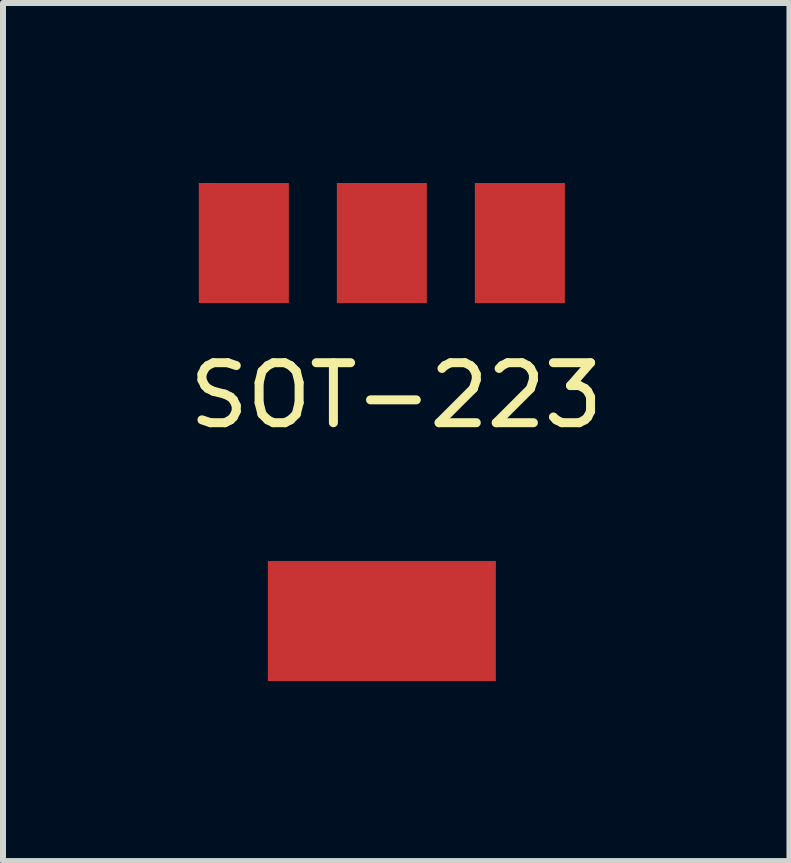
<source format=kicad_pcb>
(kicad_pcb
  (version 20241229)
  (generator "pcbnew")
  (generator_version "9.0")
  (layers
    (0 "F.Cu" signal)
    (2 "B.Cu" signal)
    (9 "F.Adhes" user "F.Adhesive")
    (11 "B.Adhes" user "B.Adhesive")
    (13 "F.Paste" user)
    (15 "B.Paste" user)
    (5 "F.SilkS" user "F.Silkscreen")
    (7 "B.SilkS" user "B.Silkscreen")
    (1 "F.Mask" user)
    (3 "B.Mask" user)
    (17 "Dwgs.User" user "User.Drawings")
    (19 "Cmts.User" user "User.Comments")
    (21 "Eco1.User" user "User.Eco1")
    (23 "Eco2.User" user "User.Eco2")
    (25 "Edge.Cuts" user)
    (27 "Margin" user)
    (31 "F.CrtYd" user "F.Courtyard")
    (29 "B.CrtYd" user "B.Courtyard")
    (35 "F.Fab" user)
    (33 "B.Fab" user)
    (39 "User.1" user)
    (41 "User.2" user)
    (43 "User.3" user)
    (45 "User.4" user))
  (footprint "SOT-223"
    (layer "F.Cu")
    (at 1.014 1)
    (property "Reference" "SOT-223" (at 2.54 2.54 0) (layer "F.SilkS") (effects (font (size 1 1) (thickness 0.15))))
    (attr through_hole)
    (pad "1" smd rect (at 0 0) (size 1.5 2) (layers "F.Cu" "F.Mask" "F.Paste"))
    (pad "2" smd rect (at 2.3 0) (size 1.5 2) (layers "F.Cu" "F.Mask" "F.Paste"))
    (pad "2" smd rect (at 2.3 6.3) (size 3.8 2) (layers "F.Cu" "F.Mask" "F.Paste"))
    (pad "3" smd rect (at 4.6 0) (size 1.5 2) (layers "F.Cu" "F.Mask" "F.Paste")))
  (gr_rect
    (start -3 -3)
    (end 10.107 11.3)
    (stroke (width 0.1) (type default))
    (fill no)
    (layer "Edge.Cuts")))
</source>
